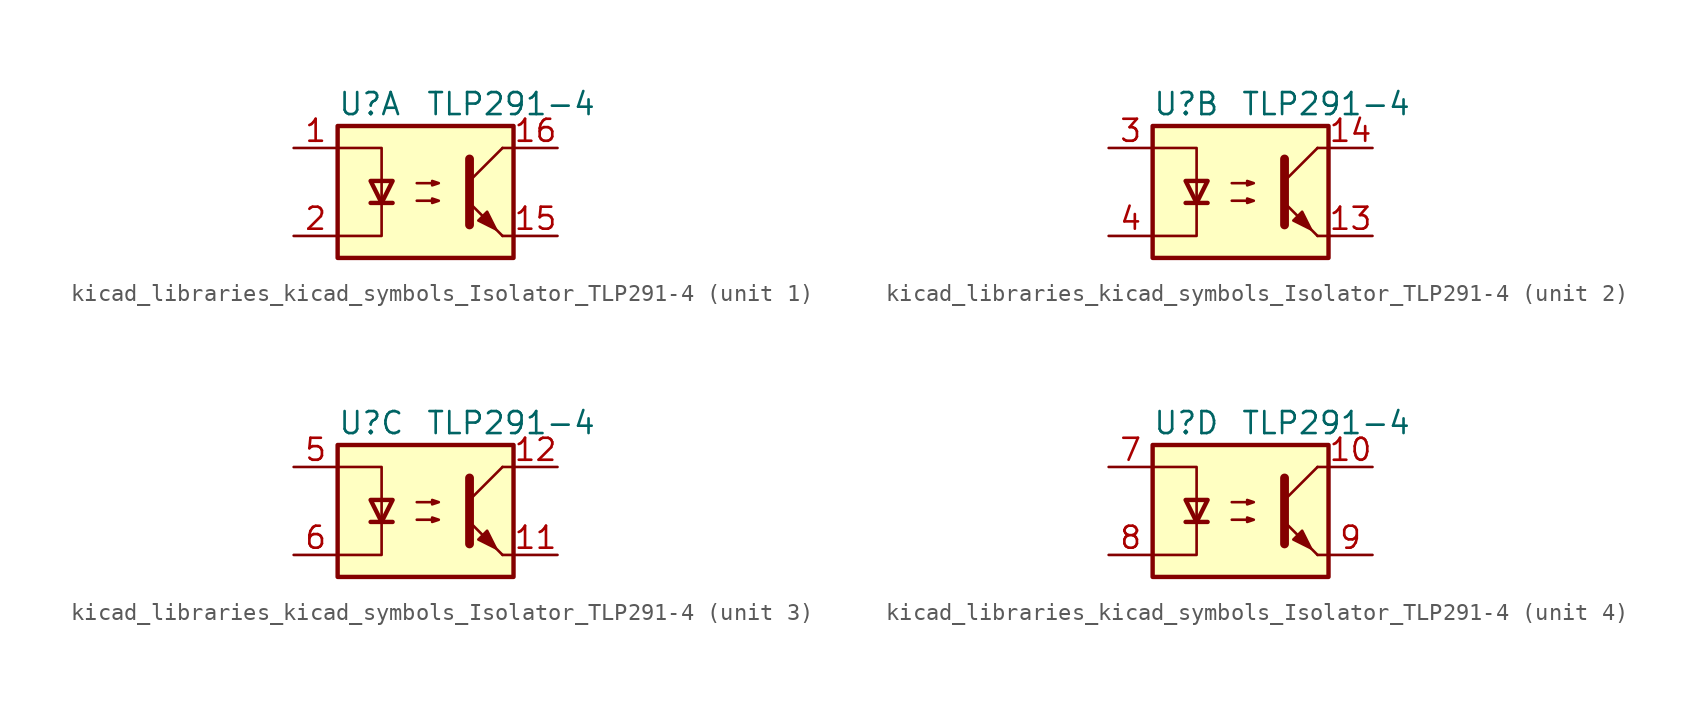
<source format=kicad_sym>
(kicad_symbol_lib
  (version 20220914)
  (generator kicad_symbol_editor)
  (symbol "kicad_libraries_kicad_symbols_Isolator_TLP291-4"
    (property "Reference" "U"
      (at -5.08 5.08 0)
      (effects (font (size 1.27 1.27)) (justify left)))
    (property "Value" "TLP291-4"
      (at 0 5.08 0)
      (effects (font (size 1.27 1.27)) (justify left)))
    (symbol "kicad_libraries_kicad_symbols_Isolator_TLP291-4_0_1"
      (rectangle (start -5.08 3.81) (end 5.08 -3.81) (stroke (width 0.254) (type default)) (fill (type background)))
      (polyline (pts (xy -3.175 -0.635) (xy -1.905 -0.635)) (stroke (width 0.254) (type default)) (fill (type none)))
      (polyline (pts (xy 2.54 0.635) (xy 4.445 2.54)) (stroke (width 0) (type default)) (fill (type none)))
      (polyline (pts (xy 4.445 -2.54) (xy 2.54 -0.635)) (stroke (width 0) (type default)) (fill (type outline)))
      (polyline (pts (xy 4.445 -2.54) (xy 5.08 -2.54)) (stroke (width 0) (type default)) (fill (type none)))
      (polyline (pts (xy 4.445 2.54) (xy 5.08 2.54)) (stroke (width 0) (type default)) (fill (type none)))
      (polyline (pts (xy -5.08 2.54) (xy -2.54 2.54) (xy -2.54 0.635)) (stroke (width 0) (type default)) (fill (type none)))
      (polyline (pts (xy -2.54 0.635) (xy -2.54 -2.54) (xy -5.08 -2.54)) (stroke (width 0) (type default)) (fill (type none)))
      (polyline (pts (xy 2.54 1.905) (xy 2.54 -1.905) (xy 2.54 -1.905)) (stroke (width 0.508) (type default)) (fill (type none)))
      (polyline (pts (xy -2.54 -0.635) (xy -3.175 0.635) (xy -1.905 0.635) (xy -2.54 -0.635)) (stroke (width 0.254) (type default)) (fill (type none)))
      (polyline (pts (xy -0.508 -0.508) (xy 0.762 -0.508) (xy 0.381 -0.635) (xy 0.381 -0.381) (xy 0.762 -0.508)) (stroke (width 0) (type default)) (fill (type none)))
      (polyline (pts (xy -0.508 0.508) (xy 0.762 0.508) (xy 0.381 0.381) (xy 0.381 0.635) (xy 0.762 0.508)) (stroke (width 0) (type default)) (fill (type none)))
      (polyline (pts (xy 3.048 -1.651) (xy 3.556 -1.143) (xy 4.064 -2.159) (xy 3.048 -1.651) (xy 3.048 -1.651)) (stroke (width 0) (type default)) (fill (type outline))))
    (symbol "kicad_libraries_kicad_symbols_Isolator_TLP291-4_1_1"
      (pin passive line (at -7.62 2.54 0) (length 2.54) (name "~" (effects (font (size 1.27 1.27)))) (number "1" (effects (font (size 1.27 1.27)))))
      (pin passive line (at 7.62 -2.54 180) (length 2.54) (name "~" (effects (font (size 1.27 1.27)))) (number "15" (effects (font (size 1.27 1.27)))))
      (pin passive line (at 7.62 2.54 180) (length 2.54) (name "~" (effects (font (size 1.27 1.27)))) (number "16" (effects (font (size 1.27 1.27)))))
      (pin passive line (at -7.62 -2.54 0) (length 2.54) (name "~" (effects (font (size 1.27 1.27)))) (number "2" (effects (font (size 1.27 1.27))))))
    (symbol "kicad_libraries_kicad_symbols_Isolator_TLP291-4_2_1"
      (pin passive line (at 7.62 -2.54 180) (length 2.54) (name "~" (effects (font (size 1.27 1.27)))) (number "13" (effects (font (size 1.27 1.27)))))
      (pin passive line (at 7.62 2.54 180) (length 2.54) (name "~" (effects (font (size 1.27 1.27)))) (number "14" (effects (font (size 1.27 1.27)))))
      (pin passive line (at -7.62 2.54 0) (length 2.54) (name "~" (effects (font (size 1.27 1.27)))) (number "3" (effects (font (size 1.27 1.27)))))
      (pin passive line (at -7.62 -2.54 0) (length 2.54) (name "~" (effects (font (size 1.27 1.27)))) (number "4" (effects (font (size 1.27 1.27))))))
    (symbol "kicad_libraries_kicad_symbols_Isolator_TLP291-4_3_1"
      (pin passive line (at 7.62 -2.54 180) (length 2.54) (name "~" (effects (font (size 1.27 1.27)))) (number "11" (effects (font (size 1.27 1.27)))))
      (pin passive line (at 7.62 2.54 180) (length 2.54) (name "~" (effects (font (size 1.27 1.27)))) (number "12" (effects (font (size 1.27 1.27)))))
      (pin passive line (at -7.62 2.54 0) (length 2.54) (name "~" (effects (font (size 1.27 1.27)))) (number "5" (effects (font (size 1.27 1.27)))))
      (pin passive line (at -7.62 -2.54 0) (length 2.54) (name "~" (effects (font (size 1.27 1.27)))) (number "6" (effects (font (size 1.27 1.27))))))
    (symbol "kicad_libraries_kicad_symbols_Isolator_TLP291-4_4_1"
      (pin passive line (at 7.62 2.54 180) (length 2.54) (name "~" (effects (font (size 1.27 1.27)))) (number "10" (effects (font (size 1.27 1.27)))))
      (pin passive line (at -7.62 2.54 0) (length 2.54) (name "~" (effects (font (size 1.27 1.27)))) (number "7" (effects (font (size 1.27 1.27)))))
      (pin passive line (at -7.62 -2.54 0) (length 2.54) (name "~" (effects (font (size 1.27 1.27)))) (number "8" (effects (font (size 1.27 1.27)))))
      (pin passive line (at 7.62 -2.54 180) (length 2.54) (name "~" (effects (font (size 1.27 1.27)))) (number "9" (effects (font (size 1.27 1.27))))))))
</source>
